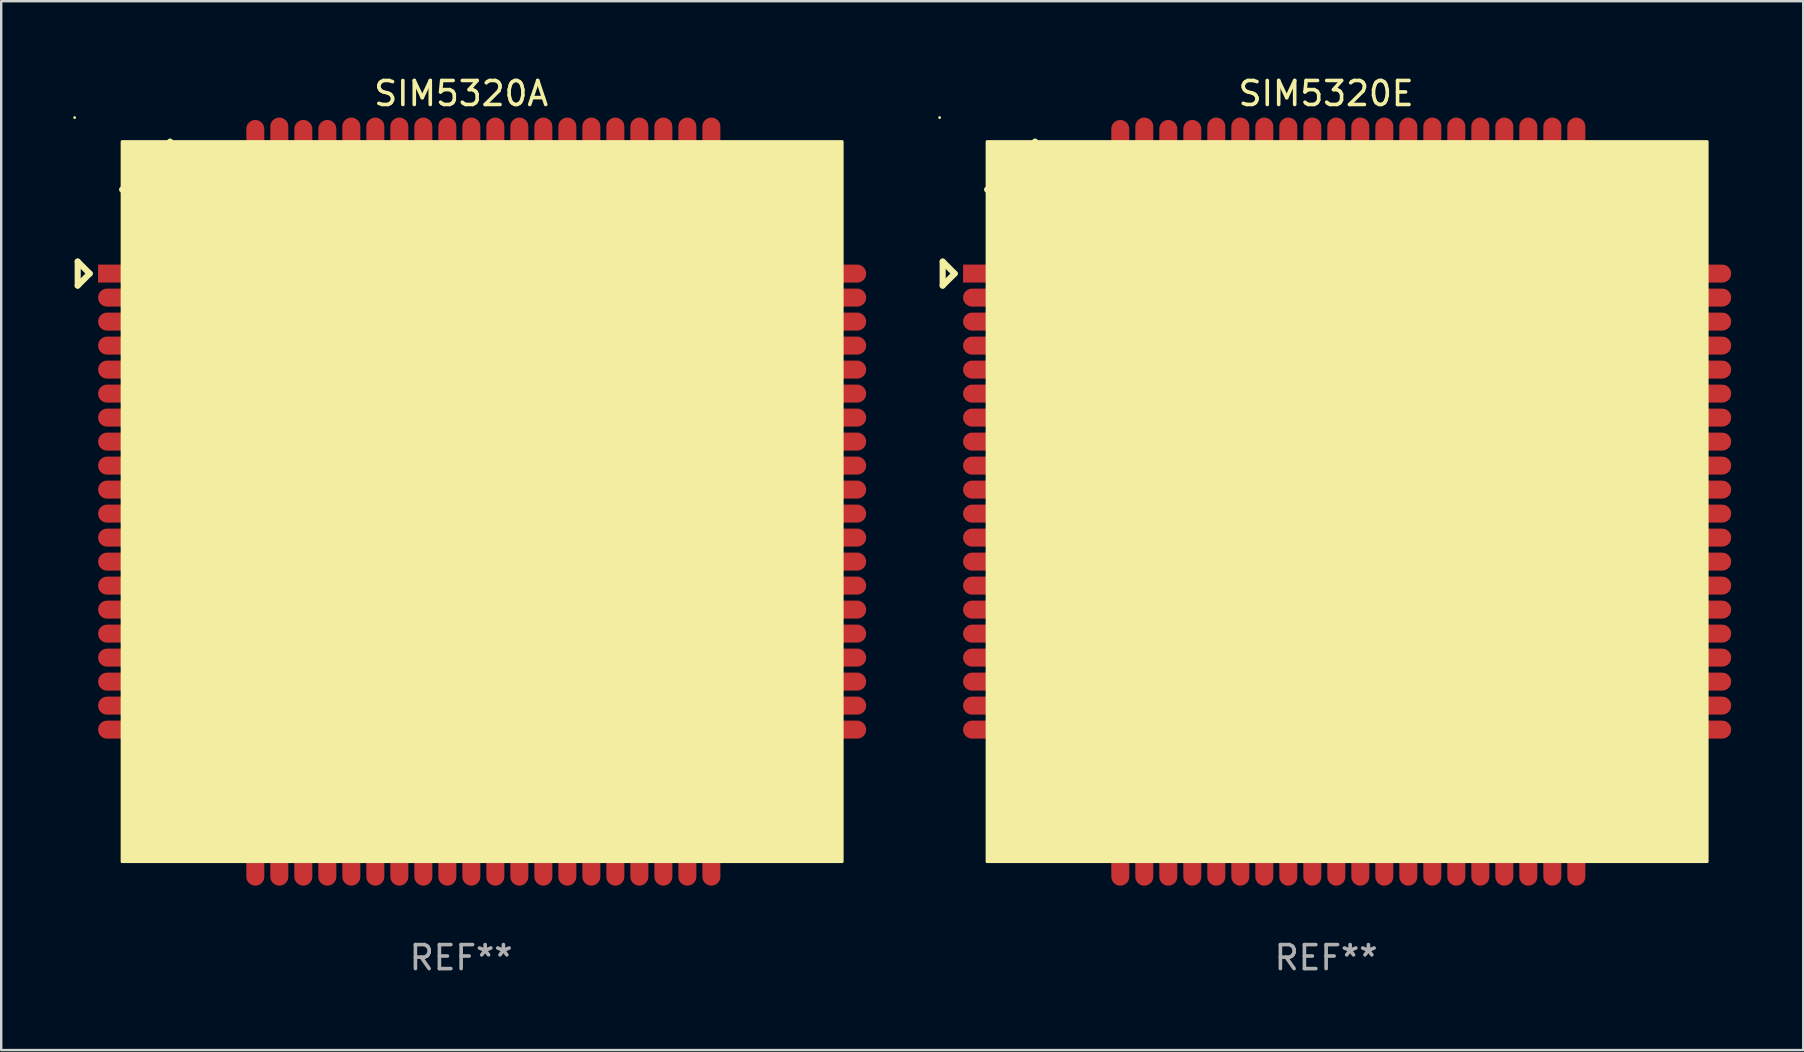
<source format=kicad_pcb>
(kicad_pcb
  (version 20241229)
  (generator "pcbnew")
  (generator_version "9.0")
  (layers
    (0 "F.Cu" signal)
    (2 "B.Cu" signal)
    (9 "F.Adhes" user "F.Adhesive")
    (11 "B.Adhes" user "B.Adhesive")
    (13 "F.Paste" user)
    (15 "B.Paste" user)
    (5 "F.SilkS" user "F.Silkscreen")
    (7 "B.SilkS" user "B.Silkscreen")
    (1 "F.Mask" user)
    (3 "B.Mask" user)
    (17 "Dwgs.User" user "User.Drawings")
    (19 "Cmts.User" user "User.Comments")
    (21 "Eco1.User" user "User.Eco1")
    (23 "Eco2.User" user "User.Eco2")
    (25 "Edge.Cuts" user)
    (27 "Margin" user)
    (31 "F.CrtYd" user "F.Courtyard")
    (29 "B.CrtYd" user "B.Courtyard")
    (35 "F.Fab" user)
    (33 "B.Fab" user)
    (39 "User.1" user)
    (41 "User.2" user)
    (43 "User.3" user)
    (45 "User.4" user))
  (footprint "SIM5320A"
    (layer "F.Cu")
    (at 16.162 17.848)
    (property "Reference" "SIM5320A" (at 0 -17 0) (layer "F.SilkS") (effects (font (size 1 1) (thickness 0.15))))
    (attr through_hole)
    (fp_line (start -15.975 -10) (end -15.975 -9) (stroke (width 0.254) (type solid)) (layer "F.SilkS"))
    (fp_line (start -15.975 -9) (end -15.475 -9.5) (stroke (width 0.254) (type solid)) (layer "F.SilkS"))
    (fp_line (start -15.475 -9.5) (end -15.975 -10) (stroke (width 0.254) (type solid)) (layer "F.SilkS"))
    (fp_line (start -12.125 -15) (end -14.125 -13) (stroke (width 0.254) (type solid)) (layer "F.SilkS"))
    (fp_circle (center -16.102 -16) (end -16.072 -16) (stroke (width 0.06) (type solid)) (fill no) (layer "F.SilkS"))
    (fp_poly (pts (xy -14.125 -15) (xy 15.875 -15) (xy 15.875 15) (xy -14.125 15)) (stroke (width 0.12) (type solid)) (fill yes) (layer "F.SilkS"))
    (fp_text user "REF**" (at 0 19 0) (layer "F.Fab") (effects (font (size 1 1) (thickness 0.15))))
    (pad "1" smd rect (at -14.125 -9.5) (size 2 0.75) (layers "F.Cu" "F.Mask" "F.Paste"))
    (pad "2" smd oval (at -14.125 -8.5) (size 2 0.75) (layers "F.Cu" "F.Mask" "F.Paste"))
    (pad "3" smd oval (at -14.125 -7.5) (size 2 0.75) (layers "F.Cu" "F.Mask" "F.Paste"))
    (pad "4" smd oval (at -14.125 -6.5) (size 2 0.75) (layers "F.Cu" "F.Mask" "F.Paste"))
    (pad "5" smd oval (at -14.125 -5.5) (size 2 0.75) (layers "F.Cu" "F.Mask" "F.Paste"))
    (pad "6" smd oval (at -14.125 -4.5) (size 2 0.75) (layers "F.Cu" "F.Mask" "F.Paste"))
    (pad "7" smd oval (at -14.125 -3.5) (size 2 0.75) (layers "F.Cu" "F.Mask" "F.Paste"))
    (pad "8" smd oval (at -14.125 -2.5) (size 2 0.75) (layers "F.Cu" "F.Mask" "F.Paste"))
    (pad "9" smd oval (at -14.125 -1.5) (size 2 0.75) (layers "F.Cu" "F.Mask" "F.Paste"))
    (pad "10" smd oval (at -14.125 -0.5) (size 2 0.75) (layers "F.Cu" "F.Mask" "F.Paste"))
    (pad "11" smd oval (at -14.125 0.5) (size 2 0.75) (layers "F.Cu" "F.Mask" "F.Paste"))
    (pad "12" smd oval (at -14.125 1.5) (size 2 0.75) (layers "F.Cu" "F.Mask" "F.Paste"))
    (pad "13" smd oval (at -14.125 2.5) (size 2 0.75) (layers "F.Cu" "F.Mask" "F.Paste"))
    (pad "14" smd oval (at -14.125 3.5) (size 2 0.75) (layers "F.Cu" "F.Mask" "F.Paste"))
    (pad "15" smd oval (at -14.125 4.5) (size 2 0.75) (layers "F.Cu" "F.Mask" "F.Paste"))
    (pad "16" smd oval (at -14.125 5.5) (size 2 0.75) (layers "F.Cu" "F.Mask" "F.Paste"))
    (pad "17" smd oval (at -14.125 6.5) (size 2 0.75) (layers "F.Cu" "F.Mask" "F.Paste"))
    (pad "18" smd oval (at -14.125 7.5) (size 2 0.75) (layers "F.Cu" "F.Mask" "F.Paste"))
    (pad "19" smd oval (at -14.125 8.5) (size 2 0.75) (layers "F.Cu" "F.Mask" "F.Paste"))
    (pad "20" smd oval (at -14.125 9.5) (size 2 0.75) (layers "F.Cu" "F.Mask" "F.Paste"))
    (pad "21" smd oval (at -8.575 15 90) (size 2 0.75) (layers "F.Cu" "F.Mask" "F.Paste"))
    (pad "22" smd oval (at -7.575 15 90) (size 2 0.75) (layers "F.Cu" "F.Mask" "F.Paste"))
    (pad "23" smd oval (at -6.575 15 90) (size 2 0.75) (layers "F.Cu" "F.Mask" "F.Paste"))
    (pad "24" smd oval (at -5.575 15 90) (size 2 0.75) (layers "F.Cu" "F.Mask" "F.Paste"))
    (pad "25" smd oval (at -4.575 15 90) (size 2 0.75) (layers "F.Cu" "F.Mask" "F.Paste"))
    (pad "26" smd oval (at -3.575 15 90) (size 2 0.75) (layers "F.Cu" "F.Mask" "F.Paste"))
    (pad "27" smd oval (at -2.575 15 90) (size 2 0.75) (layers "F.Cu" "F.Mask" "F.Paste"))
    (pad "28" smd oval (at -1.575 15 90) (size 2 0.75) (layers "F.Cu" "F.Mask" "F.Paste"))
    (pad "29" smd oval (at -0.575 15 90) (size 2 0.75) (layers "F.Cu" "F.Mask" "F.Paste"))
    (pad "30" smd oval (at 0.425 15 90) (size 2 0.75) (layers "F.Cu" "F.Mask" "F.Paste"))
    (pad "31" smd oval (at 1.425 15 90) (size 2 0.75) (layers "F.Cu" "F.Mask" "F.Paste"))
    (pad "32" smd oval (at 2.425 15 90) (size 2 0.75) (layers "F.Cu" "F.Mask" "F.Paste"))
    (pad "33" smd oval (at 3.425 15 90) (size 2 0.75) (layers "F.Cu" "F.Mask" "F.Paste"))
    (pad "34" smd oval (at 4.425 15 90) (size 2 0.75) (layers "F.Cu" "F.Mask" "F.Paste"))
    (pad "35" smd oval (at 5.425 15 90) (size 2 0.75) (layers "F.Cu" "F.Mask" "F.Paste"))
    (pad "36" smd oval (at 6.425 15 90) (size 2 0.75) (layers "F.Cu" "F.Mask" "F.Paste"))
    (pad "37" smd oval (at 7.425 15 90) (size 2 0.75) (layers "F.Cu" "F.Mask" "F.Paste"))
    (pad "38" smd oval (at 8.425 15 90) (size 2 0.75) (layers "F.Cu" "F.Mask" "F.Paste"))
    (pad "39" smd oval (at 9.425 15 90) (size 2 0.75) (layers "F.Cu" "F.Mask" "F.Paste"))
    (pad "40" smd oval (at 10.425 15 90) (size 2 0.75) (layers "F.Cu" "F.Mask" "F.Paste"))
    (pad "41" smd oval (at 15.875 9.5 180) (size 2 0.75) (layers "F.Cu" "F.Mask" "F.Paste"))
    (pad "42" smd oval (at 15.875 8.5 180) (size 2 0.75) (layers "F.Cu" "F.Mask" "F.Paste"))
    (pad "43" smd oval (at 15.875 7.5 180) (size 2 0.75) (layers "F.Cu" "F.Mask" "F.Paste"))
    (pad "44" smd oval (at 15.875 6.5 180) (size 2 0.75) (layers "F.Cu" "F.Mask" "F.Paste"))
    (pad "45" smd oval (at 15.875 5.5 180) (size 2 0.75) (layers "F.Cu" "F.Mask" "F.Paste"))
    (pad "46" smd oval (at 15.875 4.5 180) (size 2 0.75) (layers "F.Cu" "F.Mask" "F.Paste"))
    (pad "47" smd oval (at 15.875 3.5 180) (size 2 0.75) (layers "F.Cu" "F.Mask" "F.Paste"))
    (pad "48" smd oval (at 15.875 2.5 180) (size 2 0.75) (layers "F.Cu" "F.Mask" "F.Paste"))
    (pad "49" smd oval (at 15.875 1.5 180) (size 2 0.75) (layers "F.Cu" "F.Mask" "F.Paste"))
    (pad "50" smd oval (at 15.875 0.5 180) (size 2 0.75) (layers "F.Cu" "F.Mask" "F.Paste"))
    (pad "51" smd oval (at 15.875 -0.5 180) (size 2 0.75) (layers "F.Cu" "F.Mask" "F.Paste"))
    (pad "52" smd oval (at 15.875 -1.5 180) (size 2 0.75) (layers "F.Cu" "F.Mask" "F.Paste"))
    (pad "53" smd oval (at 15.875 -2.5 180) (size 2 0.75) (layers "F.Cu" "F.Mask" "F.Paste"))
    (pad "54" smd oval (at 15.875 -3.5 180) (size 2 0.75) (layers "F.Cu" "F.Mask" "F.Paste"))
    (pad "55" smd oval (at 15.875 -4.5 180) (size 2 0.75) (layers "F.Cu" "F.Mask" "F.Paste"))
    (pad "56" smd oval (at 15.875 -5.5 180) (size 2 0.75) (layers "F.Cu" "F.Mask" "F.Paste"))
    (pad "57" smd oval (at 15.975 -6.5 180) (size 1.8 0.75) (layers "F.Cu" "F.Mask" "F.Paste"))
    (pad "58" smd oval (at 15.975 -7.5 180) (size 1.8 0.75) (layers "F.Cu" "F.Mask" "F.Paste"))
    (pad "59" smd oval (at 15.875 -8.5 180) (size 2 0.75) (layers "F.Cu" "F.Mask" "F.Paste"))
    (pad "60" smd oval (at 15.975 -9.5 180) (size 1.8 0.75) (layers "F.Cu" "F.Mask" "F.Paste"))
    (pad "61" smd oval (at 10.425 -15 270) (size 2 0.75) (layers "F.Cu" "F.Mask" "F.Paste"))
    (pad "62" smd oval (at 9.425 -15 270) (size 2 0.75) (layers "F.Cu" "F.Mask" "F.Paste"))
    (pad "63" smd oval (at 8.425 -15 270) (size 2 0.75) (layers "F.Cu" "F.Mask" "F.Paste"))
    (pad "64" smd oval (at 7.425 -15 270) (size 2 0.75) (layers "F.Cu" "F.Mask" "F.Paste"))
    (pad "65" smd oval (at 6.425 -15 270) (size 2 0.75) (layers "F.Cu" "F.Mask" "F.Paste"))
    (pad "66" smd oval (at 5.425 -15 270) (size 2 0.75) (layers "F.Cu" "F.Mask" "F.Paste"))
    (pad "67" smd oval (at 4.425 -15 270) (size 2 0.75) (layers "F.Cu" "F.Mask" "F.Paste"))
    (pad "68" smd oval (at 3.425 -15 270) (size 2 0.75) (layers "F.Cu" "F.Mask" "F.Paste"))
    (pad "69" smd oval (at 2.425 -15 270) (size 2 0.75) (layers "F.Cu" "F.Mask" "F.Paste"))
    (pad "70" smd oval (at 1.425 -15 270) (size 2 0.75) (layers "F.Cu" "F.Mask" "F.Paste"))
    (pad "71" smd oval (at 0.425 -15 270) (size 2 0.75) (layers "F.Cu" "F.Mask" "F.Paste"))
    (pad "72" smd oval (at -0.575 -15 270) (size 2 0.75) (layers "F.Cu" "F.Mask" "F.Paste"))
    (pad "73" smd oval (at -1.575 -15 270) (size 2 0.75) (layers "F.Cu" "F.Mask" "F.Paste"))
    (pad "74" smd oval (at -2.575 -15 270) (size 2 0.75) (layers "F.Cu" "F.Mask" "F.Paste"))
    (pad "75" smd oval (at -3.575 -15 270) (size 2 0.75) (layers "F.Cu" "F.Mask" "F.Paste"))
    (pad "76" smd oval (at -4.575 -15 270) (size 2 0.75) (layers "F.Cu" "F.Mask" "F.Paste"))
    (pad "77" smd oval (at -5.575 -15 270) (size 1.8 0.75) (layers "F.Cu" "F.Mask" "F.Paste"))
    (pad "78" smd oval (at -6.575 -15 270) (size 1.8 0.75) (layers "F.Cu" "F.Mask" "F.Paste"))
    (pad "79" smd oval (at -7.575 -15 270) (size 2 0.75) (layers "F.Cu" "F.Mask" "F.Paste"))
    (pad "80" smd oval (at -8.575 -15 270) (size 1.8 0.75) (layers "F.Cu" "F.Mask" "F.Paste")))
  (footprint "SIM5320E"
    (layer "F.Cu")
    (at 52.199 17.848)
    (property "Reference" "SIM5320E" (at 0 -17 0) (layer "F.SilkS") (effects (font (size 1 1) (thickness 0.15))))
    (attr through_hole)
    (fp_line (start -15.975 -10) (end -15.975 -9) (stroke (width 0.254) (type solid)) (layer "F.SilkS"))
    (fp_line (start -15.975 -9) (end -15.475 -9.5) (stroke (width 0.254) (type solid)) (layer "F.SilkS"))
    (fp_line (start -15.475 -9.5) (end -15.975 -10) (stroke (width 0.254) (type solid)) (layer "F.SilkS"))
    (fp_line (start -12.125 -15) (end -14.125 -13) (stroke (width 0.254) (type solid)) (layer "F.SilkS"))
    (fp_circle (center -16.102 -16) (end -16.072 -16) (stroke (width 0.06) (type solid)) (fill no) (layer "F.SilkS"))
    (fp_poly (pts (xy -14.125 -15) (xy 15.875 -15) (xy 15.875 15) (xy -14.125 15)) (stroke (width 0.12) (type solid)) (fill yes) (layer "F.SilkS"))
    (fp_text user "REF**" (at 0 19 0) (layer "F.Fab") (effects (font (size 1 1) (thickness 0.15))))
    (pad "1" smd rect (at -14.125 -9.5) (size 2 0.75) (layers "F.Cu" "F.Mask" "F.Paste"))
    (pad "2" smd oval (at -14.125 -8.5) (size 2 0.75) (layers "F.Cu" "F.Mask" "F.Paste"))
    (pad "3" smd oval (at -14.125 -7.5) (size 2 0.75) (layers "F.Cu" "F.Mask" "F.Paste"))
    (pad "4" smd oval (at -14.125 -6.5) (size 2 0.75) (layers "F.Cu" "F.Mask" "F.Paste"))
    (pad "5" smd oval (at -14.125 -5.5) (size 2 0.75) (layers "F.Cu" "F.Mask" "F.Paste"))
    (pad "6" smd oval (at -14.125 -4.5) (size 2 0.75) (layers "F.Cu" "F.Mask" "F.Paste"))
    (pad "7" smd oval (at -14.125 -3.5) (size 2 0.75) (layers "F.Cu" "F.Mask" "F.Paste"))
    (pad "8" smd oval (at -14.125 -2.5) (size 2 0.75) (layers "F.Cu" "F.Mask" "F.Paste"))
    (pad "9" smd oval (at -14.125 -1.5) (size 2 0.75) (layers "F.Cu" "F.Mask" "F.Paste"))
    (pad "10" smd oval (at -14.125 -0.5) (size 2 0.75) (layers "F.Cu" "F.Mask" "F.Paste"))
    (pad "11" smd oval (at -14.125 0.5) (size 2 0.75) (layers "F.Cu" "F.Mask" "F.Paste"))
    (pad "12" smd oval (at -14.125 1.5) (size 2 0.75) (layers "F.Cu" "F.Mask" "F.Paste"))
    (pad "13" smd oval (at -14.125 2.5) (size 2 0.75) (layers "F.Cu" "F.Mask" "F.Paste"))
    (pad "14" smd oval (at -14.125 3.5) (size 2 0.75) (layers "F.Cu" "F.Mask" "F.Paste"))
    (pad "15" smd oval (at -14.125 4.5) (size 2 0.75) (layers "F.Cu" "F.Mask" "F.Paste"))
    (pad "16" smd oval (at -14.125 5.5) (size 2 0.75) (layers "F.Cu" "F.Mask" "F.Paste"))
    (pad "17" smd oval (at -14.125 6.5) (size 2 0.75) (layers "F.Cu" "F.Mask" "F.Paste"))
    (pad "18" smd oval (at -14.125 7.5) (size 2 0.75) (layers "F.Cu" "F.Mask" "F.Paste"))
    (pad "19" smd oval (at -14.125 8.5) (size 2 0.75) (layers "F.Cu" "F.Mask" "F.Paste"))
    (pad "20" smd oval (at -14.125 9.5) (size 2 0.75) (layers "F.Cu" "F.Mask" "F.Paste"))
    (pad "21" smd oval (at -8.575 15 90) (size 2 0.75) (layers "F.Cu" "F.Mask" "F.Paste"))
    (pad "22" smd oval (at -7.575 15 90) (size 2 0.75) (layers "F.Cu" "F.Mask" "F.Paste"))
    (pad "23" smd oval (at -6.575 15 90) (size 2 0.75) (layers "F.Cu" "F.Mask" "F.Paste"))
    (pad "24" smd oval (at -5.575 15 90) (size 2 0.75) (layers "F.Cu" "F.Mask" "F.Paste"))
    (pad "25" smd oval (at -4.575 15 90) (size 2 0.75) (layers "F.Cu" "F.Mask" "F.Paste"))
    (pad "26" smd oval (at -3.575 15 90) (size 2 0.75) (layers "F.Cu" "F.Mask" "F.Paste"))
    (pad "27" smd oval (at -2.575 15 90) (size 2 0.75) (layers "F.Cu" "F.Mask" "F.Paste"))
    (pad "28" smd oval (at -1.575 15 90) (size 2 0.75) (layers "F.Cu" "F.Mask" "F.Paste"))
    (pad "29" smd oval (at -0.575 15 90) (size 2 0.75) (layers "F.Cu" "F.Mask" "F.Paste"))
    (pad "30" smd oval (at 0.425 15 90) (size 2 0.75) (layers "F.Cu" "F.Mask" "F.Paste"))
    (pad "31" smd oval (at 1.425 15 90) (size 2 0.75) (layers "F.Cu" "F.Mask" "F.Paste"))
    (pad "32" smd oval (at 2.425 15 90) (size 2 0.75) (layers "F.Cu" "F.Mask" "F.Paste"))
    (pad "33" smd oval (at 3.425 15 90) (size 2 0.75) (layers "F.Cu" "F.Mask" "F.Paste"))
    (pad "34" smd oval (at 4.425 15 90) (size 2 0.75) (layers "F.Cu" "F.Mask" "F.Paste"))
    (pad "35" smd oval (at 5.425 15 90) (size 2 0.75) (layers "F.Cu" "F.Mask" "F.Paste"))
    (pad "36" smd oval (at 6.425 15 90) (size 2 0.75) (layers "F.Cu" "F.Mask" "F.Paste"))
    (pad "37" smd oval (at 7.425 15 90) (size 2 0.75) (layers "F.Cu" "F.Mask" "F.Paste"))
    (pad "38" smd oval (at 8.425 15 90) (size 2 0.75) (layers "F.Cu" "F.Mask" "F.Paste"))
    (pad "39" smd oval (at 9.425 15 90) (size 2 0.75) (layers "F.Cu" "F.Mask" "F.Paste"))
    (pad "40" smd oval (at 10.425 15 90) (size 2 0.75) (layers "F.Cu" "F.Mask" "F.Paste"))
    (pad "41" smd oval (at 15.875 9.5 180) (size 2 0.75) (layers "F.Cu" "F.Mask" "F.Paste"))
    (pad "42" smd oval (at 15.875 8.5 180) (size 2 0.75) (layers "F.Cu" "F.Mask" "F.Paste"))
    (pad "43" smd oval (at 15.875 7.5 180) (size 2 0.75) (layers "F.Cu" "F.Mask" "F.Paste"))
    (pad "44" smd oval (at 15.875 6.5 180) (size 2 0.75) (layers "F.Cu" "F.Mask" "F.Paste"))
    (pad "45" smd oval (at 15.875 5.5 180) (size 2 0.75) (layers "F.Cu" "F.Mask" "F.Paste"))
    (pad "46" smd oval (at 15.875 4.5 180) (size 2 0.75) (layers "F.Cu" "F.Mask" "F.Paste"))
    (pad "47" smd oval (at 15.875 3.5 180) (size 2 0.75) (layers "F.Cu" "F.Mask" "F.Paste"))
    (pad "48" smd oval (at 15.875 2.5 180) (size 2 0.75) (layers "F.Cu" "F.Mask" "F.Paste"))
    (pad "49" smd oval (at 15.875 1.5 180) (size 2 0.75) (layers "F.Cu" "F.Mask" "F.Paste"))
    (pad "50" smd oval (at 15.875 0.5 180) (size 2 0.75) (layers "F.Cu" "F.Mask" "F.Paste"))
    (pad "51" smd oval (at 15.875 -0.5 180) (size 2 0.75) (layers "F.Cu" "F.Mask" "F.Paste"))
    (pad "52" smd oval (at 15.875 -1.5 180) (size 2 0.75) (layers "F.Cu" "F.Mask" "F.Paste"))
    (pad "53" smd oval (at 15.875 -2.5 180) (size 2 0.75) (layers "F.Cu" "F.Mask" "F.Paste"))
    (pad "54" smd oval (at 15.875 -3.5 180) (size 2 0.75) (layers "F.Cu" "F.Mask" "F.Paste"))
    (pad "55" smd oval (at 15.875 -4.5 180) (size 2 0.75) (layers "F.Cu" "F.Mask" "F.Paste"))
    (pad "56" smd oval (at 15.875 -5.5 180) (size 2 0.75) (layers "F.Cu" "F.Mask" "F.Paste"))
    (pad "57" smd oval (at 15.975 -6.5 180) (size 1.8 0.75) (layers "F.Cu" "F.Mask" "F.Paste"))
    (pad "58" smd oval (at 15.975 -7.5 180) (size 1.8 0.75) (layers "F.Cu" "F.Mask" "F.Paste"))
    (pad "59" smd oval (at 15.875 -8.5 180) (size 2 0.75) (layers "F.Cu" "F.Mask" "F.Paste"))
    (pad "60" smd oval (at 15.975 -9.5 180) (size 1.8 0.75) (layers "F.Cu" "F.Mask" "F.Paste"))
    (pad "61" smd oval (at 10.425 -15 270) (size 2 0.75) (layers "F.Cu" "F.Mask" "F.Paste"))
    (pad "62" smd oval (at 9.425 -15 270) (size 2 0.75) (layers "F.Cu" "F.Mask" "F.Paste"))
    (pad "63" smd oval (at 8.425 -15 270) (size 2 0.75) (layers "F.Cu" "F.Mask" "F.Paste"))
    (pad "64" smd oval (at 7.425 -15 270) (size 2 0.75) (layers "F.Cu" "F.Mask" "F.Paste"))
    (pad "65" smd oval (at 6.425 -15 270) (size 2 0.75) (layers "F.Cu" "F.Mask" "F.Paste"))
    (pad "66" smd oval (at 5.425 -15 270) (size 2 0.75) (layers "F.Cu" "F.Mask" "F.Paste"))
    (pad "67" smd oval (at 4.425 -15 270) (size 2 0.75) (layers "F.Cu" "F.Mask" "F.Paste"))
    (pad "68" smd oval (at 3.425 -15 270) (size 2 0.75) (layers "F.Cu" "F.Mask" "F.Paste"))
    (pad "69" smd oval (at 2.425 -15 270) (size 2 0.75) (layers "F.Cu" "F.Mask" "F.Paste"))
    (pad "70" smd oval (at 1.425 -15 270) (size 2 0.75) (layers "F.Cu" "F.Mask" "F.Paste"))
    (pad "71" smd oval (at 0.425 -15 270) (size 2 0.75) (layers "F.Cu" "F.Mask" "F.Paste"))
    (pad "72" smd oval (at -0.575 -15 270) (size 2 0.75) (layers "F.Cu" "F.Mask" "F.Paste"))
    (pad "73" smd oval (at -1.575 -15 270) (size 2 0.75) (layers "F.Cu" "F.Mask" "F.Paste"))
    (pad "74" smd oval (at -2.575 -15 270) (size 2 0.75) (layers "F.Cu" "F.Mask" "F.Paste"))
    (pad "75" smd oval (at -3.575 -15 270) (size 2 0.75) (layers "F.Cu" "F.Mask" "F.Paste"))
    (pad "76" smd oval (at -4.575 -15 270) (size 2 0.75) (layers "F.Cu" "F.Mask" "F.Paste"))
    (pad "77" smd oval (at -5.575 -15 270) (size 1.8 0.75) (layers "F.Cu" "F.Mask" "F.Paste"))
    (pad "78" smd oval (at -6.575 -15 270) (size 1.8 0.75) (layers "F.Cu" "F.Mask" "F.Paste"))
    (pad "79" smd oval (at -7.575 -15 270) (size 2 0.75) (layers "F.Cu" "F.Mask" "F.Paste"))
    (pad "80" smd oval (at -8.575 -15 270) (size 1.8 0.75) (layers "F.Cu" "F.Mask" "F.Paste")))
  (gr_rect
    (start -3 -3)
    (end 72.075 40.697)
    (stroke (width 0.1) (type default))
    (fill no)
    (layer "Edge.Cuts")))
</source>
